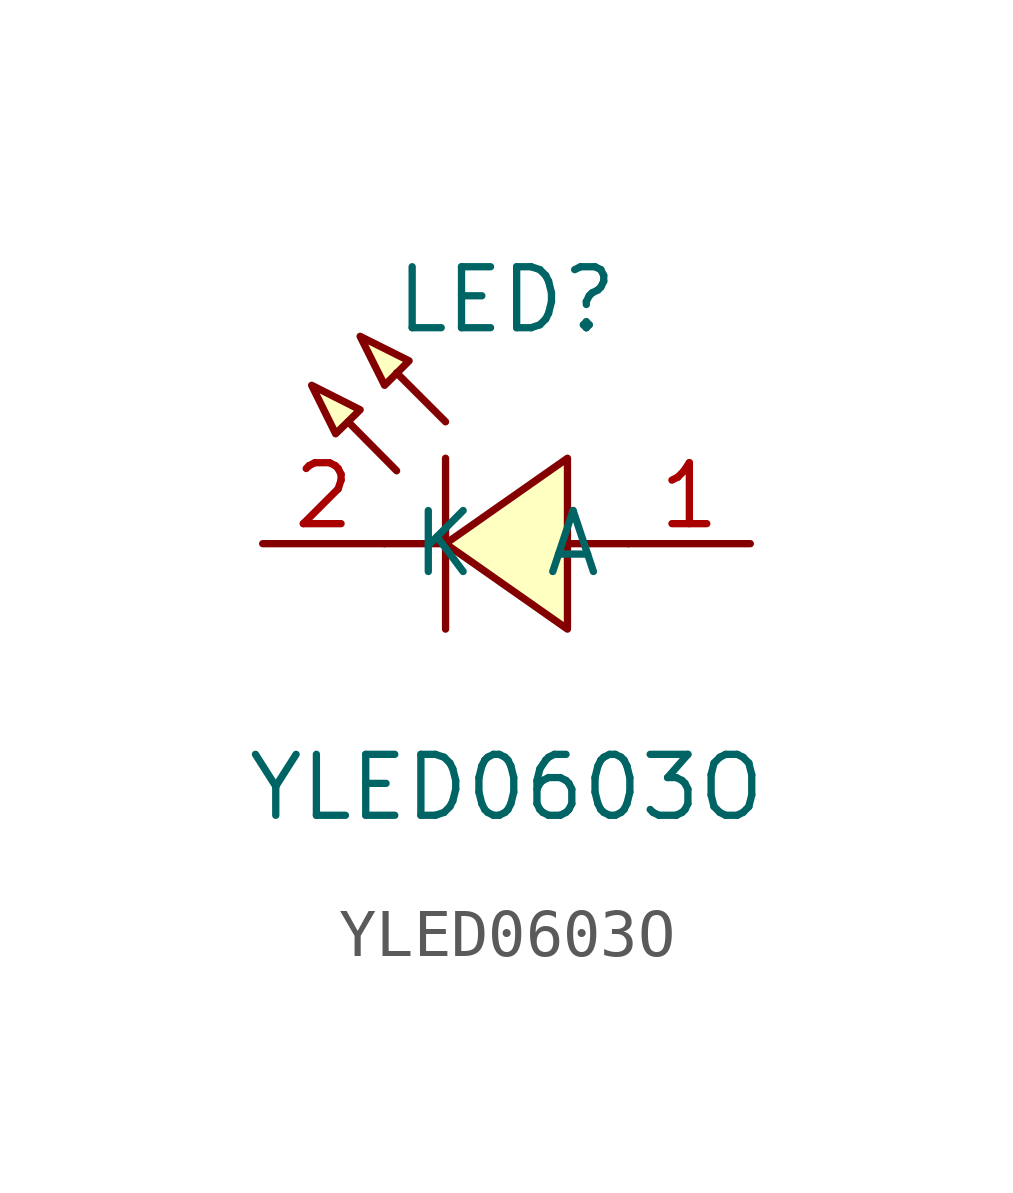
<source format=kicad_sym>
(kicad_symbol_lib
  (version 20211014)
  (generator https://github.com/uPesy/easyeda2kicad.py)
  (symbol "YLED0603O"
    (property "Reference" "LED"
      (at 0 5.08 0)
      (effects (font (size 1.27 1.27))))
    (property "Value" "YLED0603O"
      (at 0 -5.08 0)
      (effects (font (size 1.27 1.27))))
    (symbol "YLED0603O_0_1"
      (polyline (pts (xy -4.06 3.30) (xy -3.05 2.79) (xy -3.56 2.29) (xy -4.06 3.30)) (stroke (width 0) (type default) (color 0 0 0 0)) (fill (type background)))
      (polyline (pts (xy -3.05 4.32) (xy -2.03 3.81) (xy -2.54 3.30) (xy -3.05 4.32)) (stroke (width 0) (type default) (color 0 0 0 0)) (fill (type background)))
      (polyline (pts (xy 1.27 1.78) (xy -1.27 -0.00) (xy 1.27 -1.78) (xy 1.27 1.78)) (stroke (width 0) (type default) (color 0 0 0 0)) (fill (type background)))
      (polyline (pts (xy -2.29 1.52) (xy -3.30 2.54) (xy -2.29 1.52)) (stroke (width 0) (type default) (color 0 0 0 0)) (fill (type background)))
      (polyline (pts (xy -1.27 2.54) (xy -2.29 3.56) (xy -1.27 2.54)) (stroke (width 0) (type default) (color 0 0 0 0)) (fill (type background)))
      (polyline (pts (xy -1.27 -0.00) (xy -2.54 -0.00)) (stroke (width 0) (type default) (color 0 0 0 0)) (fill (type none)))
      (polyline (pts (xy 2.54 -0.00) (xy 1.27 -0.00)) (stroke (width 0) (type default) (color 0 0 0 0)) (fill (type none)))
      (polyline (pts (xy -1.27 1.78) (xy -1.27 -1.78)) (stroke (width 0) (type default) (color 0 0 0 0)) (fill (type none)))
      (pin unspecified line (at -5.08 -0.00 0) (length 2.54) (name "K" (effects (font (size 1.27 1.27)))) (number "2" (effects (font (size 1.27 1.27)))))
      (pin unspecified line (at 5.08 -0.00 180) (length 2.54) (name "A" (effects (font (size 1.27 1.27)))) (number "1" (effects (font (size 1.27 1.27))))))))
</source>
